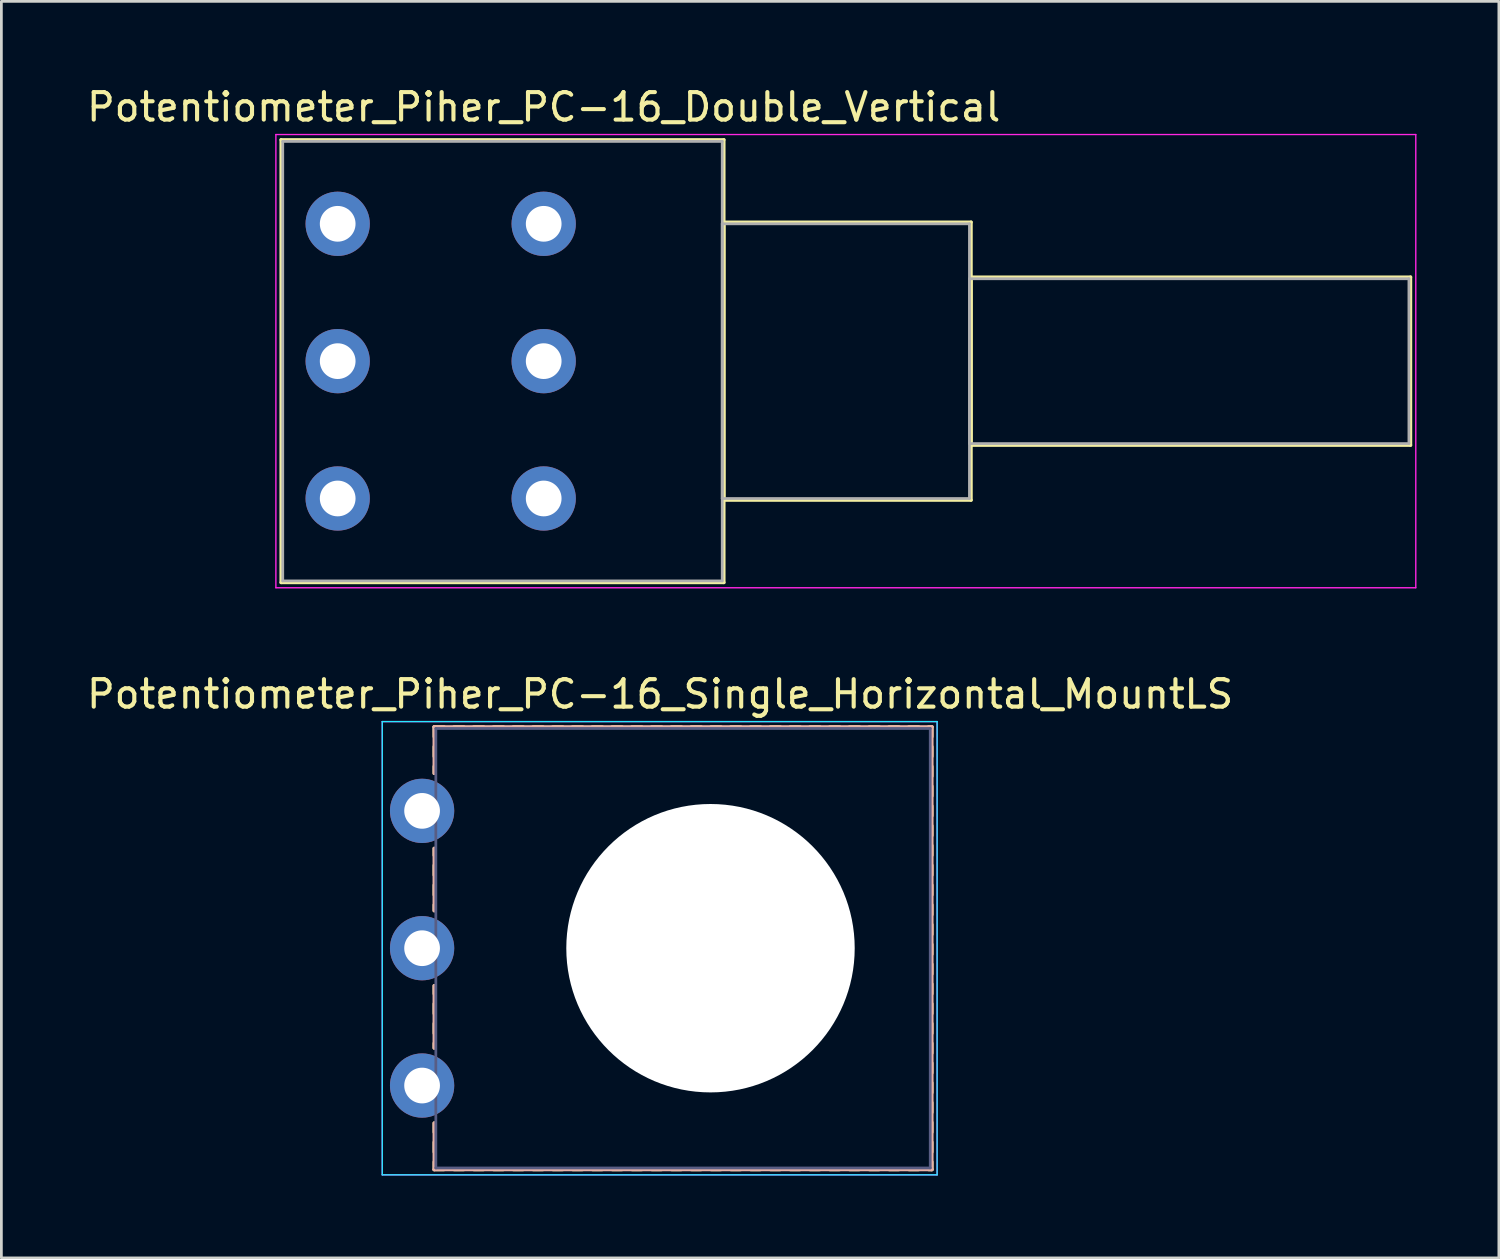
<source format=kicad_pcb>
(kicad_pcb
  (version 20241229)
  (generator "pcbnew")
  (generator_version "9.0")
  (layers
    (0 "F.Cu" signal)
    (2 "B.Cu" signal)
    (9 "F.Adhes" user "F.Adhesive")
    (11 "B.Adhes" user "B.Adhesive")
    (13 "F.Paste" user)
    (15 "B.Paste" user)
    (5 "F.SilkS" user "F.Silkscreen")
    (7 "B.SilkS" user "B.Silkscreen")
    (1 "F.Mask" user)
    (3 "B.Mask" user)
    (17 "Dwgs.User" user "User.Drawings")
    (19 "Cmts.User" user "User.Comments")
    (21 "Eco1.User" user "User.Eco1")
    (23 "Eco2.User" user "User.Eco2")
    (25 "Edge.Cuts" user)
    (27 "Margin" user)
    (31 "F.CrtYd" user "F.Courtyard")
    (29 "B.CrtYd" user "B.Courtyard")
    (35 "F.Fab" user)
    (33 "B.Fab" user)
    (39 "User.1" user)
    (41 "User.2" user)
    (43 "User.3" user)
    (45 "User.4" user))
  (footprint "Potentiometer_Piher_PC-16_Single_Horizontal_MountLS"
    (layer "F.Cu")
    (at 12.317 36.471)
    (property "Reference" "Potentiometer_Piher_PC-16_Single_Horizontal_MountLS" (at 8.665 -14.25 0) (layer "F.SilkS") (effects (font (size 1 1) (thickness 0.15))))
    (attr through_hole)
    (fp_line (start 0.44 -13.06) (end 0.44 -12.7) (stroke (width 0.12) (type solid)) (layer "F.SilkS"))
    (fp_line (start 0.44 -13.06) (end 0.8 -13.06) (stroke (width 0.12) (type solid)) (layer "F.SilkS"))
    (fp_line (start 0.44 -12.34) (end 0.44 -11.98) (stroke (width 0.12) (type solid)) (layer "F.SilkS"))
    (fp_line (start 0.44 -11.62) (end 0.44 -11.365) (stroke (width 0.12) (type solid)) (layer "F.SilkS"))
    (fp_line (start 0.44 -8.635) (end 0.44 -8.38) (stroke (width 0.12) (type solid)) (layer "F.SilkS"))
    (fp_line (start 0.44 -8.02) (end 0.44 -7.66) (stroke (width 0.12) (type solid)) (layer "F.SilkS"))
    (fp_line (start 0.44 -7.3) (end 0.44 -6.94) (stroke (width 0.12) (type solid)) (layer "F.SilkS"))
    (fp_line (start 0.44 -6.58) (end 0.44 -6.365) (stroke (width 0.12) (type solid)) (layer "F.SilkS"))
    (fp_line (start 0.44 -3.635) (end 0.44 -3.34) (stroke (width 0.12) (type solid)) (layer "F.SilkS"))
    (fp_line (start 0.44 -2.98) (end 0.44 -2.62) (stroke (width 0.12) (type solid)) (layer "F.SilkS"))
    (fp_line (start 0.44 -2.26) (end 0.44 -1.9) (stroke (width 0.12) (type solid)) (layer "F.SilkS"))
    (fp_line (start 0.44 -1.54) (end 0.44 -1.365) (stroke (width 0.12) (type solid)) (layer "F.SilkS"))
    (fp_line (start 0.44 1.365) (end 0.44 1.7) (stroke (width 0.12) (type solid)) (layer "F.SilkS"))
    (fp_line (start 0.44 2.061) (end 0.44 2.421) (stroke (width 0.12) (type solid)) (layer "F.SilkS"))
    (fp_line (start 0.44 2.781) (end 0.44 3.06) (stroke (width 0.12) (type solid)) (layer "F.SilkS"))
    (fp_line (start 0.44 3.06) (end 0.8 3.06) (stroke (width 0.12) (type solid)) (layer "F.SilkS"))
    (fp_line (start 1.16 -13.06) (end 1.52 -13.06) (stroke (width 0.12) (type solid)) (layer "F.SilkS"))
    (fp_line (start 1.16 3.06) (end 1.52 3.06) (stroke (width 0.12) (type solid)) (layer "F.SilkS"))
    (fp_line (start 1.88 -13.06) (end 2.24 -13.06) (stroke (width 0.12) (type solid)) (layer "F.SilkS"))
    (fp_line (start 1.88 3.06) (end 2.24 3.06) (stroke (width 0.12) (type solid)) (layer "F.SilkS"))
    (fp_line (start 2.6 -13.06) (end 2.96 -13.06) (stroke (width 0.12) (type solid)) (layer "F.SilkS"))
    (fp_line (start 2.6 3.06) (end 2.96 3.06) (stroke (width 0.12) (type solid)) (layer "F.SilkS"))
    (fp_line (start 3.32 -13.06) (end 3.68 -13.06) (stroke (width 0.12) (type solid)) (layer "F.SilkS"))
    (fp_line (start 3.32 3.06) (end 3.68 3.06) (stroke (width 0.12) (type solid)) (layer "F.SilkS"))
    (fp_line (start 4.04 -13.06) (end 4.4 -13.06) (stroke (width 0.12) (type solid)) (layer "F.SilkS"))
    (fp_line (start 4.04 3.06) (end 4.4 3.06) (stroke (width 0.12) (type solid)) (layer "F.SilkS"))
    (fp_line (start 4.76 -13.06) (end 5.12 -13.06) (stroke (width 0.12) (type solid)) (layer "F.SilkS"))
    (fp_line (start 4.76 3.06) (end 5.12 3.06) (stroke (width 0.12) (type solid)) (layer "F.SilkS"))
    (fp_line (start 5.48 -13.06) (end 5.84 -13.06) (stroke (width 0.12) (type solid)) (layer "F.SilkS"))
    (fp_line (start 5.48 3.06) (end 5.84 3.06) (stroke (width 0.12) (type solid)) (layer "F.SilkS"))
    (fp_line (start 6.2 -13.06) (end 6.56 -13.06) (stroke (width 0.12) (type solid)) (layer "F.SilkS"))
    (fp_line (start 6.2 3.06) (end 6.56 3.06) (stroke (width 0.12) (type solid)) (layer "F.SilkS"))
    (fp_line (start 6.92 -13.06) (end 7.28 -13.06) (stroke (width 0.12) (type solid)) (layer "F.SilkS"))
    (fp_line (start 6.92 3.06) (end 7.28 3.06) (stroke (width 0.12) (type solid)) (layer "F.SilkS"))
    (fp_line (start 7.64 -13.06) (end 8 -13.06) (stroke (width 0.12) (type solid)) (layer "F.SilkS"))
    (fp_line (start 7.64 3.06) (end 8 3.06) (stroke (width 0.12) (type solid)) (layer "F.SilkS"))
    (fp_line (start 8.36 -13.06) (end 8.72 -13.06) (stroke (width 0.12) (type solid)) (layer "F.SilkS"))
    (fp_line (start 8.36 3.06) (end 8.72 3.06) (stroke (width 0.12) (type solid)) (layer "F.SilkS"))
    (fp_line (start 9.08 -13.06) (end 9.44 -13.06) (stroke (width 0.12) (type solid)) (layer "F.SilkS"))
    (fp_line (start 9.08 3.06) (end 9.44 3.06) (stroke (width 0.12) (type solid)) (layer "F.SilkS"))
    (fp_line (start 9.8 -13.06) (end 10.16 -13.06) (stroke (width 0.12) (type solid)) (layer "F.SilkS"))
    (fp_line (start 9.8 3.06) (end 10.16 3.06) (stroke (width 0.12) (type solid)) (layer "F.SilkS"))
    (fp_line (start 10.52 -13.06) (end 10.88 -13.06) (stroke (width 0.12) (type solid)) (layer "F.SilkS"))
    (fp_line (start 10.52 3.06) (end 10.88 3.06) (stroke (width 0.12) (type solid)) (layer "F.SilkS"))
    (fp_line (start 11.24 -13.06) (end 11.6 -13.06) (stroke (width 0.12) (type solid)) (layer "F.SilkS"))
    (fp_line (start 11.24 3.06) (end 11.6 3.06) (stroke (width 0.12) (type solid)) (layer "F.SilkS"))
    (fp_line (start 11.96 -13.06) (end 12.32 -13.06) (stroke (width 0.12) (type solid)) (layer "F.SilkS"))
    (fp_line (start 11.96 3.06) (end 12.32 3.06) (stroke (width 0.12) (type solid)) (layer "F.SilkS"))
    (fp_line (start 12.681 -13.06) (end 13.04 -13.06) (stroke (width 0.12) (type solid)) (layer "F.SilkS"))
    (fp_line (start 12.681 3.06) (end 13.04 3.06) (stroke (width 0.12) (type solid)) (layer "F.SilkS"))
    (fp_line (start 13.401 -13.06) (end 13.761 -13.06) (stroke (width 0.12) (type solid)) (layer "F.SilkS"))
    (fp_line (start 13.401 3.06) (end 13.761 3.06) (stroke (width 0.12) (type solid)) (layer "F.SilkS"))
    (fp_line (start 14.121 -13.06) (end 14.481 -13.06) (stroke (width 0.12) (type solid)) (layer "F.SilkS"))
    (fp_line (start 14.121 3.06) (end 14.481 3.06) (stroke (width 0.12) (type solid)) (layer "F.SilkS"))
    (fp_line (start 14.841 -13.06) (end 15.201 -13.06) (stroke (width 0.12) (type solid)) (layer "F.SilkS"))
    (fp_line (start 14.841 3.06) (end 15.201 3.06) (stroke (width 0.12) (type solid)) (layer "F.SilkS"))
    (fp_line (start 15.561 -13.06) (end 15.921 -13.06) (stroke (width 0.12) (type solid)) (layer "F.SilkS"))
    (fp_line (start 15.561 3.06) (end 15.921 3.06) (stroke (width 0.12) (type solid)) (layer "F.SilkS"))
    (fp_line (start 16.281 -13.06) (end 16.641 -13.06) (stroke (width 0.12) (type solid)) (layer "F.SilkS"))
    (fp_line (start 16.281 3.06) (end 16.641 3.06) (stroke (width 0.12) (type solid)) (layer "F.SilkS"))
    (fp_line (start 17.001 -13.06) (end 17.361 -13.06) (stroke (width 0.12) (type solid)) (layer "F.SilkS"))
    (fp_line (start 17.001 3.06) (end 17.361 3.06) (stroke (width 0.12) (type solid)) (layer "F.SilkS"))
    (fp_line (start 17.721 -13.06) (end 18.08 -13.06) (stroke (width 0.12) (type solid)) (layer "F.SilkS"))
    (fp_line (start 17.721 3.06) (end 18.08 3.06) (stroke (width 0.12) (type solid)) (layer "F.SilkS"))
    (fp_line (start 18.44 -13.06) (end 18.561 -13.06) (stroke (width 0.12) (type solid)) (layer "F.SilkS"))
    (fp_line (start 18.44 3.06) (end 18.561 3.06) (stroke (width 0.12) (type solid)) (layer "F.SilkS"))
    (fp_line (start 18.561 -13.06) (end 18.561 -12.7) (stroke (width 0.12) (type solid)) (layer "F.SilkS"))
    (fp_line (start 18.561 -12.34) (end 18.561 -11.98) (stroke (width 0.12) (type solid)) (layer "F.SilkS"))
    (fp_line (start 18.561 -11.62) (end 18.561 -11.26) (stroke (width 0.12) (type solid)) (layer "F.SilkS"))
    (fp_line (start 18.561 -10.9) (end 18.561 -10.54) (stroke (width 0.12) (type solid)) (layer "F.SilkS"))
    (fp_line (start 18.561 -10.18) (end 18.561 -9.819) (stroke (width 0.12) (type solid)) (layer "F.SilkS"))
    (fp_line (start 18.561 -9.46) (end 18.561 -9.1) (stroke (width 0.12) (type solid)) (layer "F.SilkS"))
    (fp_line (start 18.561 -8.74) (end 18.561 -8.38) (stroke (width 0.12) (type solid)) (layer "F.SilkS"))
    (fp_line (start 18.561 -8.02) (end 18.561 -7.66) (stroke (width 0.12) (type solid)) (layer "F.SilkS"))
    (fp_line (start 18.561 -7.3) (end 18.561 -6.94) (stroke (width 0.12) (type solid)) (layer "F.SilkS"))
    (fp_line (start 18.561 -6.58) (end 18.561 -6.22) (stroke (width 0.12) (type solid)) (layer "F.SilkS"))
    (fp_line (start 18.561 -5.86) (end 18.561 -5.5) (stroke (width 0.12) (type solid)) (layer "F.SilkS"))
    (fp_line (start 18.561 -5.14) (end 18.561 -4.78) (stroke (width 0.12) (type solid)) (layer "F.SilkS"))
    (fp_line (start 18.561 -4.42) (end 18.561 -4.06) (stroke (width 0.12) (type solid)) (layer "F.SilkS"))
    (fp_line (start 18.561 -3.7) (end 18.561 -3.34) (stroke (width 0.12) (type solid)) (layer "F.SilkS"))
    (fp_line (start 18.561 -2.98) (end 18.561 -2.62) (stroke (width 0.12) (type solid)) (layer "F.SilkS"))
    (fp_line (start 18.561 -2.26) (end 18.561 -1.9) (stroke (width 0.12) (type solid)) (layer "F.SilkS"))
    (fp_line (start 18.561 -1.54) (end 18.561 -1.18) (stroke (width 0.12) (type solid)) (layer "F.SilkS"))
    (fp_line (start 18.561 -0.82) (end 18.561 -0.46) (stroke (width 0.12) (type solid)) (layer "F.SilkS"))
    (fp_line (start 18.561 -0.1) (end 18.561 0.26) (stroke (width 0.12) (type solid)) (layer "F.SilkS"))
    (fp_line (start 18.561 0.62) (end 18.561 0.98) (stroke (width 0.12) (type solid)) (layer "F.SilkS"))
    (fp_line (start 18.561 1.341) (end 18.561 1.7) (stroke (width 0.12) (type solid)) (layer "F.SilkS"))
    (fp_line (start 18.561 2.061) (end 18.561 2.421) (stroke (width 0.12) (type solid)) (layer "F.SilkS"))
    (fp_line (start 18.561 2.781) (end 18.561 3.06) (stroke (width 0.12) (type solid)) (layer "F.SilkS"))
    (fp_line (start 0.44 -13.06) (end 0.44 -11.365) (stroke (width 0.12) (type solid)) (layer "B.SilkS"))
    (fp_line (start 0.44 -13.06) (end 18.561 -13.06) (stroke (width 0.12) (type solid)) (layer "B.SilkS"))
    (fp_line (start 0.44 -8.635) (end 0.44 -6.365) (stroke (width 0.12) (type solid)) (layer "B.SilkS"))
    (fp_line (start 0.44 -3.635) (end 0.44 -1.365) (stroke (width 0.12) (type solid)) (layer "B.SilkS"))
    (fp_line (start 0.44 1.365) (end 0.44 3.06) (stroke (width 0.12) (type solid)) (layer "B.SilkS"))
    (fp_line (start 0.44 3.06) (end 18.561 3.06) (stroke (width 0.12) (type solid)) (layer "B.SilkS"))
    (fp_line (start 18.561 -13.06) (end 18.561 3.06) (stroke (width 0.12) (type solid)) (layer "B.SilkS"))
    (fp_line (start -1.45 -13.25) (end -1.45 3.25) (stroke (width 0.05) (type solid)) (layer "B.CrtYd"))
    (fp_line (start -1.45 3.25) (end 18.75 3.25) (stroke (width 0.05) (type solid)) (layer "B.CrtYd"))
    (fp_line (start 18.75 -13.25) (end -1.45 -13.25) (stroke (width 0.05) (type solid)) (layer "B.CrtYd"))
    (fp_line (start 18.75 3.25) (end 18.75 -13.25) (stroke (width 0.05) (type solid)) (layer "B.CrtYd"))
    (fp_line (start -1.45 -13.25) (end -1.45 3.25) (stroke (width 0.05) (type solid)) (layer "F.CrtYd"))
    (fp_line (start -1.45 3.25) (end 18.75 3.25) (stroke (width 0.05) (type solid)) (layer "F.CrtYd"))
    (fp_line (start 18.75 -13.25) (end -1.45 -13.25) (stroke (width 0.05) (type solid)) (layer "F.CrtYd"))
    (fp_line (start 18.75 3.25) (end 18.75 -13.25) (stroke (width 0.05) (type solid)) (layer "F.CrtYd"))
    (fp_line (start 0.5 -13) (end 0.5 3) (stroke (width 0.1) (type solid)) (layer "B.Fab"))
    (fp_line (start 0.5 3) (end 18.5 3) (stroke (width 0.1) (type solid)) (layer "B.Fab"))
    (fp_line (start 18.5 -13) (end 0.5 -13) (stroke (width 0.1) (type solid)) (layer "B.Fab"))
    (fp_line (start 18.5 3) (end 18.5 -13) (stroke (width 0.1) (type solid)) (layer "B.Fab"))
    (fp_circle (center 10.5 -5) (end 13.5 -5) (stroke (width 0.1) (type solid)) (fill no) (layer "B.Fab"))
    (fp_circle (center 10.5 -5) (end 15.5 -5) (stroke (width 0.1) (type solid)) (fill no) (layer "B.Fab"))
    (pad "" np_thru_hole circle (at 10.5 -5) (size 10.5 10.5) (drill 10.5) (layers "*.Cu" "*.Mask"))
    (pad "1" thru_hole circle (at 0 0) (size 2.34 2.34) (drill 1.3) (layers "*.Cu" "*.Mask"))
    (pad "2" thru_hole circle (at 0 -5) (size 2.34 2.34) (drill 1.3) (layers "*.Cu" "*.Mask"))
    (pad "3" thru_hole circle (at 0 -10) (size 2.34 2.34) (drill 1.3) (layers "*.Cu" "*.Mask")))
  (footprint "Potentiometer_Piher_PC-16_Double_Vertical"
    (layer "F.Cu")
    (at 16.744 15.098)
    (property "Reference" "Potentiometer_Piher_PC-16_Double_Vertical" (at 0 -14.25 0) (layer "F.SilkS") (effects (font (size 1 1) (thickness 0.15))))
    (attr through_hole)
    (fp_line (start -9.56 -13.06) (end -9.56 3.06) (stroke (width 0.12) (type solid)) (layer "F.SilkS"))
    (fp_line (start -9.56 -13.06) (end 6.56 -13.06) (stroke (width 0.12) (type solid)) (layer "F.SilkS"))
    (fp_line (start -9.56 3.06) (end 6.56 3.06) (stroke (width 0.12) (type solid)) (layer "F.SilkS"))
    (fp_line (start 6.56 -13.06) (end 6.56 3.06) (stroke (width 0.12) (type solid)) (layer "F.SilkS"))
    (fp_line (start 6.56 -10.06) (end 6.56 0.06) (stroke (width 0.12) (type solid)) (layer "F.SilkS"))
    (fp_line (start 6.56 -10.06) (end 15.56 -10.06) (stroke (width 0.12) (type solid)) (layer "F.SilkS"))
    (fp_line (start 6.56 0.06) (end 15.56 0.06) (stroke (width 0.12) (type solid)) (layer "F.SilkS"))
    (fp_line (start 15.56 -10.06) (end 15.56 0.06) (stroke (width 0.12) (type solid)) (layer "F.SilkS"))
    (fp_line (start 15.56 -8.06) (end 15.56 -1.94) (stroke (width 0.12) (type solid)) (layer "F.SilkS"))
    (fp_line (start 15.56 -8.06) (end 31.56 -8.06) (stroke (width 0.12) (type solid)) (layer "F.SilkS"))
    (fp_line (start 15.56 -1.94) (end 31.56 -1.94) (stroke (width 0.12) (type solid)) (layer "F.SilkS"))
    (fp_line (start 31.56 -8.06) (end 31.56 -1.94) (stroke (width 0.12) (type solid)) (layer "F.SilkS"))
    (fp_line (start -9.75 -13.25) (end -9.75 3.25) (stroke (width 0.05) (type solid)) (layer "F.CrtYd"))
    (fp_line (start -9.75 3.25) (end 31.75 3.25) (stroke (width 0.05) (type solid)) (layer "F.CrtYd"))
    (fp_line (start 31.75 -13.25) (end -9.75 -13.25) (stroke (width 0.05) (type solid)) (layer "F.CrtYd"))
    (fp_line (start 31.75 3.25) (end 31.75 -13.25) (stroke (width 0.05) (type solid)) (layer "F.CrtYd"))
    (fp_line (start -9.5 -13) (end -9.5 3) (stroke (width 0.1) (type solid)) (layer "F.Fab"))
    (fp_line (start -9.5 3) (end 6.5 3) (stroke (width 0.1) (type solid)) (layer "F.Fab"))
    (fp_line (start 6.5 -13) (end -9.5 -13) (stroke (width 0.1) (type solid)) (layer "F.Fab"))
    (fp_line (start 6.5 -10) (end 6.5 0) (stroke (width 0.1) (type solid)) (layer "F.Fab"))
    (fp_line (start 6.5 0) (end 15.5 0) (stroke (width 0.1) (type solid)) (layer "F.Fab"))
    (fp_line (start 6.5 3) (end 6.5 -13) (stroke (width 0.1) (type solid)) (layer "F.Fab"))
    (fp_line (start 15.5 -10) (end 6.5 -10) (stroke (width 0.1) (type solid)) (layer "F.Fab"))
    (fp_line (start 15.5 -8) (end 15.5 -2) (stroke (width 0.1) (type solid)) (layer "F.Fab"))
    (fp_line (start 15.5 -2) (end 31.5 -2) (stroke (width 0.1) (type solid)) (layer "F.Fab"))
    (fp_line (start 15.5 0) (end 15.5 -10) (stroke (width 0.1) (type solid)) (layer "F.Fab"))
    (fp_line (start 31.5 -8) (end 15.5 -8) (stroke (width 0.1) (type solid)) (layer "F.Fab"))
    (fp_line (start 31.5 -2) (end 31.5 -8) (stroke (width 0.1) (type solid)) (layer "F.Fab"))
    (pad "1" thru_hole circle (at 0 0) (size 2.34 2.34) (drill 1.3) (layers "*.Cu" "*.Mask"))
    (pad "2" thru_hole circle (at 0 -5) (size 2.34 2.34) (drill 1.3) (layers "*.Cu" "*.Mask"))
    (pad "3" thru_hole circle (at 0 -10) (size 2.34 2.34) (drill 1.3) (layers "*.Cu" "*.Mask"))
    (pad "4" thru_hole circle (at -7.5 0) (size 2.34 2.34) (drill 1.3) (layers "*.Cu" "*.Mask"))
    (pad "5" thru_hole circle (at -7.5 -5) (size 2.34 2.34) (drill 1.3) (layers "*.Cu" "*.Mask"))
    (pad "6" thru_hole circle (at -7.5 -10) (size 2.34 2.34) (drill 1.3) (layers "*.Cu" "*.Mask")))
  (gr_rect
    (start -3 -3)
    (end 51.519 42.746)
    (stroke (width 0.1) (type default))
    (fill no)
    (layer "Edge.Cuts")))
</source>
